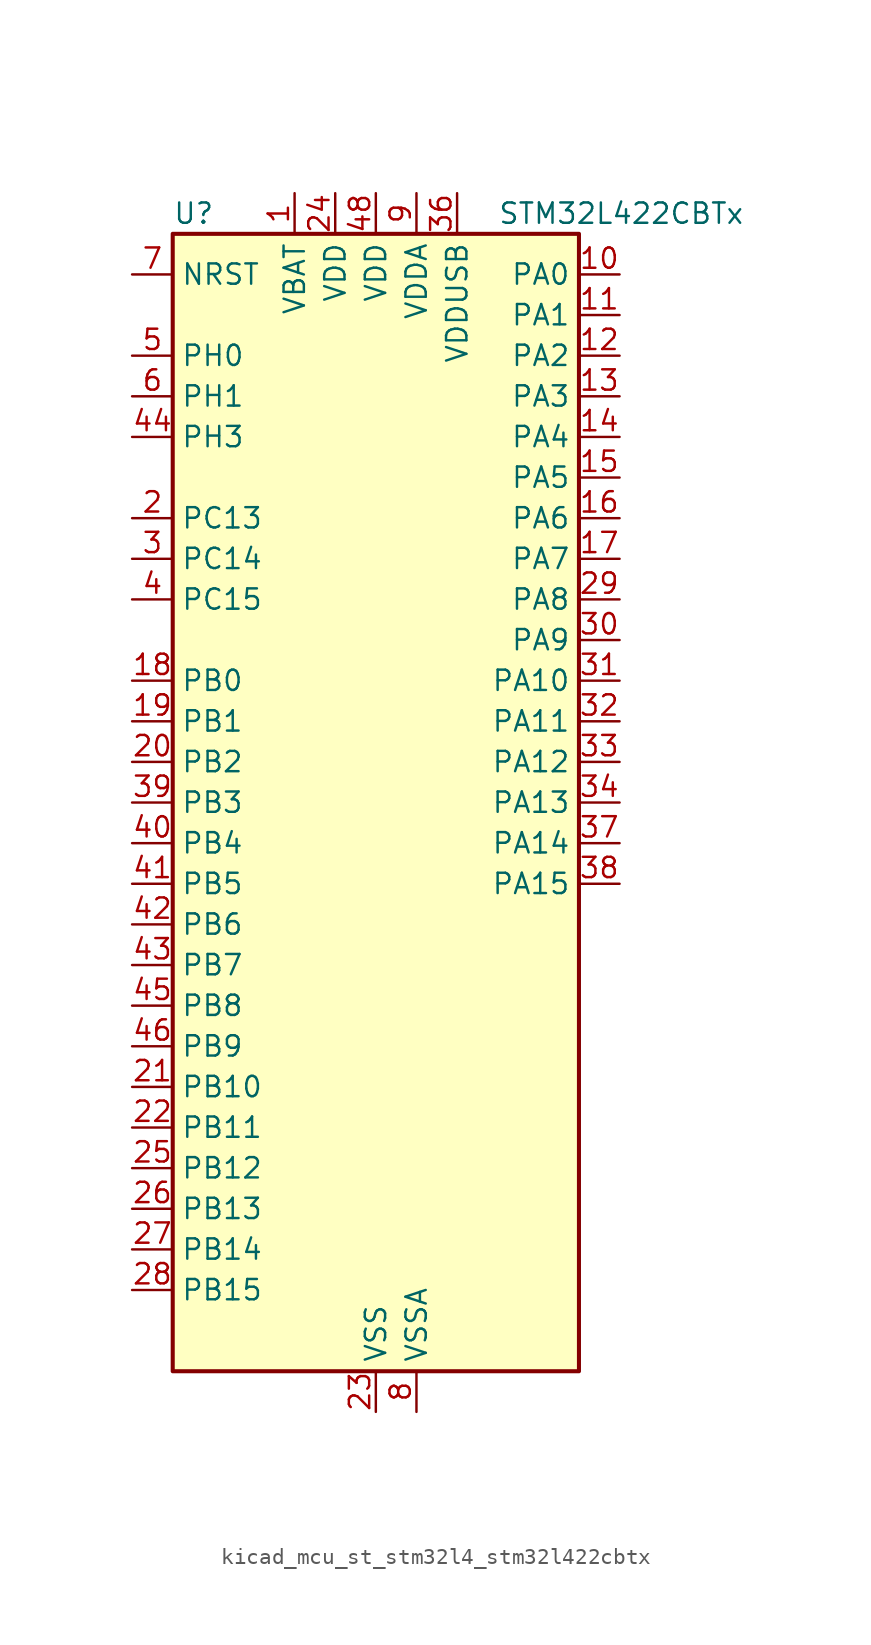
<source format=kicad_sym>
(kicad_symbol_lib
  (version 20220914)
  (generator kicad_symbol_editor)
  (symbol "kicad_mcu_st_stm32l4_stm32l422cbtx"
    (property "Reference" "U"
      (at -12.7 36.83 0)
      (effects (font (size 1.27 1.27)) (justify left)))
    (property "Value" "STM32L422CBTx"
      (at 7.62 36.83 0)
      (effects (font (size 1.27 1.27)) (justify left)))
    (property "ki_locked" ""
      (at 0 0 0)
      (effects (font (size 1.27 1.27))))
    (symbol "kicad_mcu_st_stm32l4_stm32l422cbtx_0_1"
      (rectangle (start -12.7 -35.56) (end 12.7 35.56) (stroke (width 0.254) (type default)) (fill (type background))))
    (symbol "kicad_mcu_st_stm32l4_stm32l422cbtx_1_1"
      (pin power_in line (at -5.08 38.1 270) (length 2.54) (name "VBAT" (effects (font (size 1.27 1.27)))) (number "1" (effects (font (size 1.27 1.27)))))
      (pin bidirectional line (at 15.24 33.02 180) (length 2.54) (name "PA0" (effects (font (size 1.27 1.27)))) (number "10" (effects (font (size 1.27 1.27)))) (alternate "ADC1_IN5" bidirectional line) (alternate "COMP1_INM" bidirectional line) (alternate "COMP1_OUT" bidirectional line) (alternate "OPAMP1_VINP" bidirectional line) (alternate "RTC_TAMP2" bidirectional line) (alternate "SYS_WKUP1" bidirectional line) (alternate "TIM2_CH1" bidirectional line) (alternate "TIM2_ETR" bidirectional line) (alternate "USART2_CTS" bidirectional line))
      (pin bidirectional line (at 15.24 30.48 180) (length 2.54) (name "PA1" (effects (font (size 1.27 1.27)))) (number "11" (effects (font (size 1.27 1.27)))) (alternate "ADC1_IN6" bidirectional line) (alternate "COMP1_INP" bidirectional line) (alternate "I2C1_SMBA" bidirectional line) (alternate "OPAMP1_VINM" bidirectional line) (alternate "SPI1_SCK" bidirectional line) (alternate "TIM15_CH1N" bidirectional line) (alternate "TIM2_CH2" bidirectional line) (alternate "USART2_DE" bidirectional line) (alternate "USART2_RTS" bidirectional line))
      (pin bidirectional line (at 15.24 27.94 180) (length 2.54) (name "PA2" (effects (font (size 1.27 1.27)))) (number "12" (effects (font (size 1.27 1.27)))) (alternate "ADC1_IN7" bidirectional line) (alternate "ADC2_IN7" bidirectional line) (alternate "LPUART1_TX" bidirectional line) (alternate "QUADSPI_BK1_NCS" bidirectional line) (alternate "RCC_LSCO" bidirectional line) (alternate "SYS_WKUP4" bidirectional line) (alternate "TIM15_CH1" bidirectional line) (alternate "TIM2_CH3" bidirectional line) (alternate "USART2_TX" bidirectional line))
      (pin bidirectional line (at 15.24 25.4 180) (length 2.54) (name "PA3" (effects (font (size 1.27 1.27)))) (number "13" (effects (font (size 1.27 1.27)))) (alternate "ADC1_IN8" bidirectional line) (alternate "ADC2_IN8" bidirectional line) (alternate "LPUART1_RX" bidirectional line) (alternate "OPAMP1_VOUT" bidirectional line) (alternate "QUADSPI_CLK" bidirectional line) (alternate "TIM15_CH2" bidirectional line) (alternate "TIM2_CH4" bidirectional line) (alternate "USART2_RX" bidirectional line))
      (pin bidirectional line (at 15.24 22.86 180) (length 2.54) (name "PA4" (effects (font (size 1.27 1.27)))) (number "14" (effects (font (size 1.27 1.27)))) (alternate "ADC1_IN9" bidirectional line) (alternate "ADC2_IN9" bidirectional line) (alternate "COMP1_INM" bidirectional line) (alternate "LPTIM2_OUT" bidirectional line) (alternate "SPI1_NSS" bidirectional line) (alternate "USART2_CK" bidirectional line))
      (pin bidirectional line (at 15.24 20.32 180) (length 2.54) (name "PA5" (effects (font (size 1.27 1.27)))) (number "15" (effects (font (size 1.27 1.27)))) (alternate "ADC1_IN10" bidirectional line) (alternate "ADC2_IN10" bidirectional line) (alternate "COMP1_INM" bidirectional line) (alternate "LPTIM2_ETR" bidirectional line) (alternate "SPI1_SCK" bidirectional line) (alternate "TIM2_CH1" bidirectional line) (alternate "TIM2_ETR" bidirectional line))
      (pin bidirectional line (at 15.24 17.78 180) (length 2.54) (name "PA6" (effects (font (size 1.27 1.27)))) (number "16" (effects (font (size 1.27 1.27)))) (alternate "ADC1_IN11" bidirectional line) (alternate "ADC2_IN11" bidirectional line) (alternate "COMP1_OUT" bidirectional line) (alternate "LPUART1_CTS" bidirectional line) (alternate "QUADSPI_BK1_IO3" bidirectional line) (alternate "SPI1_MISO" bidirectional line) (alternate "TIM16_CH1" bidirectional line) (alternate "TIM1_BKIN" bidirectional line) (alternate "USART3_CTS" bidirectional line))
      (pin bidirectional line (at 15.24 15.24 180) (length 2.54) (name "PA7" (effects (font (size 1.27 1.27)))) (number "17" (effects (font (size 1.27 1.27)))) (alternate "ADC1_IN12" bidirectional line) (alternate "ADC2_IN12" bidirectional line) (alternate "I2C3_SCL" bidirectional line) (alternate "QUADSPI_BK1_IO2" bidirectional line) (alternate "SPI1_MOSI" bidirectional line) (alternate "TIM1_CH1N" bidirectional line))
      (pin bidirectional line (at -15.24 7.62 0) (length 2.54) (name "PB0" (effects (font (size 1.27 1.27)))) (number "18" (effects (font (size 1.27 1.27)))) (alternate "ADC1_IN15" bidirectional line) (alternate "ADC2_IN15" bidirectional line) (alternate "COMP1_OUT" bidirectional line) (alternate "QUADSPI_BK1_IO1" bidirectional line) (alternate "SPI1_NSS" bidirectional line) (alternate "SYS_TRACED0" bidirectional line) (alternate "TIM1_CH2N" bidirectional line) (alternate "USART3_CK" bidirectional line))
      (pin bidirectional line (at -15.24 5.08 0) (length 2.54) (name "PB1" (effects (font (size 1.27 1.27)))) (number "19" (effects (font (size 1.27 1.27)))) (alternate "ADC1_IN16" bidirectional line) (alternate "ADC2_IN16" bidirectional line) (alternate "COMP1_INM" bidirectional line) (alternate "LPTIM2_IN1" bidirectional line) (alternate "LPUART1_DE" bidirectional line) (alternate "LPUART1_RTS" bidirectional line) (alternate "QUADSPI_BK1_IO0" bidirectional line) (alternate "SYS_TRACED1" bidirectional line) (alternate "TIM1_CH3N" bidirectional line) (alternate "USART3_DE" bidirectional line) (alternate "USART3_RTS" bidirectional line))
      (pin bidirectional line (at -15.24 17.78 0) (length 2.54) (name "PC13" (effects (font (size 1.27 1.27)))) (number "2" (effects (font (size 1.27 1.27)))) (alternate "RTC_OUT_ALARM" bidirectional line) (alternate "RTC_OUT_CALIB" bidirectional line) (alternate "RTC_TAMP1" bidirectional line) (alternate "RTC_TS" bidirectional line) (alternate "SYS_WKUP2" bidirectional line))
      (pin bidirectional line (at -15.24 2.54 0) (length 2.54) (name "PB2" (effects (font (size 1.27 1.27)))) (number "20" (effects (font (size 1.27 1.27)))) (alternate "COMP1_INP" bidirectional line) (alternate "I2C3_SMBA" bidirectional line) (alternate "LPTIM1_OUT" bidirectional line) (alternate "RTC_OUT_ALARM" bidirectional line) (alternate "RTC_OUT_CALIB" bidirectional line))
      (pin bidirectional line (at -15.24 -17.78 0) (length 2.54) (name "PB10" (effects (font (size 1.27 1.27)))) (number "21" (effects (font (size 1.27 1.27)))) (alternate "COMP1_OUT" bidirectional line) (alternate "I2C2_SCL" bidirectional line) (alternate "LPUART1_RX" bidirectional line) (alternate "QUADSPI_CLK" bidirectional line) (alternate "SPI2_SCK" bidirectional line) (alternate "TIM2_CH3" bidirectional line) (alternate "TSC_SYNC" bidirectional line) (alternate "USART3_TX" bidirectional line))
      (pin bidirectional line (at -15.24 -20.32 0) (length 2.54) (name "PB11" (effects (font (size 1.27 1.27)))) (number "22" (effects (font (size 1.27 1.27)))) (alternate "ADC1_EXTI11" bidirectional line) (alternate "ADC2_EXTI11" bidirectional line) (alternate "I2C2_SDA" bidirectional line) (alternate "LPUART1_TX" bidirectional line) (alternate "QUADSPI_BK1_NCS" bidirectional line) (alternate "TIM2_CH4" bidirectional line) (alternate "USART3_RX" bidirectional line))
      (pin power_in line (at 0 -38.1 90) (length 2.54) (name "VSS" (effects (font (size 1.27 1.27)))) (number "23" (effects (font (size 1.27 1.27)))))
      (pin power_in line (at -2.54 38.1 270) (length 2.54) (name "VDD" (effects (font (size 1.27 1.27)))) (number "24" (effects (font (size 1.27 1.27)))))
      (pin bidirectional line (at -15.24 -22.86 0) (length 2.54) (name "PB12" (effects (font (size 1.27 1.27)))) (number "25" (effects (font (size 1.27 1.27)))) (alternate "I2C2_SMBA" bidirectional line) (alternate "LPUART1_DE" bidirectional line) (alternate "LPUART1_RTS" bidirectional line) (alternate "SPI2_NSS" bidirectional line) (alternate "TIM15_BKIN" bidirectional line) (alternate "TIM1_BKIN" bidirectional line) (alternate "TSC_G1_IO1" bidirectional line) (alternate "USART3_CK" bidirectional line))
      (pin bidirectional line (at -15.24 -25.4 0) (length 2.54) (name "PB13" (effects (font (size 1.27 1.27)))) (number "26" (effects (font (size 1.27 1.27)))) (alternate "I2C2_SCL" bidirectional line) (alternate "LPUART1_CTS" bidirectional line) (alternate "SPI2_SCK" bidirectional line) (alternate "TIM15_CH1N" bidirectional line) (alternate "TIM1_CH1N" bidirectional line) (alternate "TSC_G1_IO2" bidirectional line) (alternate "USART3_CTS" bidirectional line))
      (pin bidirectional line (at -15.24 -27.94 0) (length 2.54) (name "PB14" (effects (font (size 1.27 1.27)))) (number "27" (effects (font (size 1.27 1.27)))) (alternate "I2C2_SDA" bidirectional line) (alternate "SPI2_MISO" bidirectional line) (alternate "TIM15_CH1" bidirectional line) (alternate "TIM1_CH2N" bidirectional line) (alternate "TSC_G1_IO3" bidirectional line) (alternate "USART3_DE" bidirectional line) (alternate "USART3_RTS" bidirectional line))
      (pin bidirectional line (at -15.24 -30.48 0) (length 2.54) (name "PB15" (effects (font (size 1.27 1.27)))) (number "28" (effects (font (size 1.27 1.27)))) (alternate "ADC1_EXTI15" bidirectional line) (alternate "ADC2_EXTI15" bidirectional line) (alternate "RTC_REFIN" bidirectional line) (alternate "SPI2_MOSI" bidirectional line) (alternate "TIM15_CH2" bidirectional line) (alternate "TIM1_CH3N" bidirectional line) (alternate "TSC_G1_IO4" bidirectional line))
      (pin bidirectional line (at 15.24 12.7 180) (length 2.54) (name "PA8" (effects (font (size 1.27 1.27)))) (number "29" (effects (font (size 1.27 1.27)))) (alternate "LPTIM2_OUT" bidirectional line) (alternate "RCC_MCO" bidirectional line) (alternate "TIM1_CH1" bidirectional line) (alternate "USART1_CK" bidirectional line))
      (pin bidirectional line (at -15.24 15.24 0) (length 2.54) (name "PC14" (effects (font (size 1.27 1.27)))) (number "3" (effects (font (size 1.27 1.27)))) (alternate "RCC_OSC32_IN" bidirectional line))
      (pin bidirectional line (at 15.24 10.16 180) (length 2.54) (name "PA9" (effects (font (size 1.27 1.27)))) (number "30" (effects (font (size 1.27 1.27)))) (alternate "I2C1_SCL" bidirectional line) (alternate "TIM15_BKIN" bidirectional line) (alternate "TIM1_CH2" bidirectional line) (alternate "USART1_TX" bidirectional line))
      (pin bidirectional line (at 15.24 7.62 180) (length 2.54) (name "PA10" (effects (font (size 1.27 1.27)))) (number "31" (effects (font (size 1.27 1.27)))) (alternate "CRS_SYNC" bidirectional line) (alternate "I2C1_SDA" bidirectional line) (alternate "TIM1_CH3" bidirectional line) (alternate "USART1_RX" bidirectional line))
      (pin bidirectional line (at 15.24 5.08 180) (length 2.54) (name "PA11" (effects (font (size 1.27 1.27)))) (number "32" (effects (font (size 1.27 1.27)))) (alternate "ADC1_EXTI11" bidirectional line) (alternate "ADC2_EXTI11" bidirectional line) (alternate "COMP1_OUT" bidirectional line) (alternate "SPI1_MISO" bidirectional line) (alternate "TIM1_BKIN2" bidirectional line) (alternate "TIM1_BKIN2_COMP1" bidirectional line) (alternate "TIM1_CH4" bidirectional line) (alternate "USART1_CTS" bidirectional line) (alternate "USB_DM" bidirectional line))
      (pin bidirectional line (at 15.24 2.54 180) (length 2.54) (name "PA12" (effects (font (size 1.27 1.27)))) (number "33" (effects (font (size 1.27 1.27)))) (alternate "SPI1_MOSI" bidirectional line) (alternate "TIM1_ETR" bidirectional line) (alternate "USART1_DE" bidirectional line) (alternate "USART1_RTS" bidirectional line) (alternate "USB_DP" bidirectional line))
      (pin bidirectional line (at 15.24 0 180) (length 2.54) (name "PA13" (effects (font (size 1.27 1.27)))) (number "34" (effects (font (size 1.27 1.27)))) (alternate "IR_OUT" bidirectional line) (alternate "SYS_JTMS-SWDIO" bidirectional line) (alternate "USB_NOE" bidirectional line))
      (pin passive line (at 0 -38.1 90) (length 2.54) hide (name "VSS" (effects (font (size 1.27 1.27)))) (number "35" (effects (font (size 1.27 1.27)))))
      (pin power_in line (at 5.08 38.1 270) (length 2.54) (name "VDDUSB" (effects (font (size 1.27 1.27)))) (number "36" (effects (font (size 1.27 1.27)))))
      (pin bidirectional line (at 15.24 -2.54 180) (length 2.54) (name "PA14" (effects (font (size 1.27 1.27)))) (number "37" (effects (font (size 1.27 1.27)))) (alternate "I2C1_SMBA" bidirectional line) (alternate "LPTIM1_OUT" bidirectional line) (alternate "SYS_JTCK-SWCLK" bidirectional line))
      (pin bidirectional line (at 15.24 -5.08 180) (length 2.54) (name "PA15" (effects (font (size 1.27 1.27)))) (number "38" (effects (font (size 1.27 1.27)))) (alternate "ADC1_EXTI15" bidirectional line) (alternate "ADC2_EXTI15" bidirectional line) (alternate "SPI1_NSS" bidirectional line) (alternate "SYS_JTDI" bidirectional line) (alternate "TIM2_CH1" bidirectional line) (alternate "TIM2_ETR" bidirectional line) (alternate "USART2_RX" bidirectional line) (alternate "USART3_DE" bidirectional line) (alternate "USART3_RTS" bidirectional line))
      (pin bidirectional line (at -15.24 0 0) (length 2.54) (name "PB3" (effects (font (size 1.27 1.27)))) (number "39" (effects (font (size 1.27 1.27)))) (alternate "SPI1_SCK" bidirectional line) (alternate "SYS_JTDO-SWO" bidirectional line) (alternate "TIM2_CH2" bidirectional line) (alternate "USART1_DE" bidirectional line) (alternate "USART1_RTS" bidirectional line))
      (pin bidirectional line (at -15.24 12.7 0) (length 2.54) (name "PC15" (effects (font (size 1.27 1.27)))) (number "4" (effects (font (size 1.27 1.27)))) (alternate "ADC1_EXTI15" bidirectional line) (alternate "ADC2_EXTI15" bidirectional line) (alternate "RCC_OSC32_OUT" bidirectional line))
      (pin bidirectional line (at -15.24 -2.54 0) (length 2.54) (name "PB4" (effects (font (size 1.27 1.27)))) (number "40" (effects (font (size 1.27 1.27)))) (alternate "I2C3_SDA" bidirectional line) (alternate "SPI1_MISO" bidirectional line) (alternate "SYS_JTRST" bidirectional line) (alternate "TSC_G2_IO1" bidirectional line) (alternate "USART1_CTS" bidirectional line))
      (pin bidirectional line (at -15.24 -5.08 0) (length 2.54) (name "PB5" (effects (font (size 1.27 1.27)))) (number "41" (effects (font (size 1.27 1.27)))) (alternate "I2C1_SMBA" bidirectional line) (alternate "LPTIM1_IN1" bidirectional line) (alternate "SPI1_MOSI" bidirectional line) (alternate "SYS_TRACED2" bidirectional line) (alternate "TIM16_BKIN" bidirectional line) (alternate "TSC_G2_IO2" bidirectional line) (alternate "USART1_CK" bidirectional line))
      (pin bidirectional line (at -15.24 -7.62 0) (length 2.54) (name "PB6" (effects (font (size 1.27 1.27)))) (number "42" (effects (font (size 1.27 1.27)))) (alternate "I2C1_SCL" bidirectional line) (alternate "LPTIM1_ETR" bidirectional line) (alternate "SYS_TRACED3" bidirectional line) (alternate "TIM16_CH1N" bidirectional line) (alternate "TSC_G2_IO3" bidirectional line) (alternate "USART1_TX" bidirectional line))
      (pin bidirectional line (at -15.24 -10.16 0) (length 2.54) (name "PB7" (effects (font (size 1.27 1.27)))) (number "43" (effects (font (size 1.27 1.27)))) (alternate "I2C1_SDA" bidirectional line) (alternate "LPTIM1_IN2" bidirectional line) (alternate "SYS_PVD_IN" bidirectional line) (alternate "SYS_TRACECLK" bidirectional line) (alternate "TSC_G2_IO4" bidirectional line) (alternate "USART1_RX" bidirectional line))
      (pin bidirectional line (at -15.24 22.86 0) (length 2.54) (name "PH3" (effects (font (size 1.27 1.27)))) (number "44" (effects (font (size 1.27 1.27)))))
      (pin bidirectional line (at -15.24 -12.7 0) (length 2.54) (name "PB8" (effects (font (size 1.27 1.27)))) (number "45" (effects (font (size 1.27 1.27)))) (alternate "I2C1_SCL" bidirectional line) (alternate "TIM16_CH1" bidirectional line))
      (pin bidirectional line (at -15.24 -15.24 0) (length 2.54) (name "PB9" (effects (font (size 1.27 1.27)))) (number "46" (effects (font (size 1.27 1.27)))) (alternate "I2C1_SDA" bidirectional line) (alternate "IR_OUT" bidirectional line) (alternate "SPI2_NSS" bidirectional line))
      (pin passive line (at 0 -38.1 90) (length 2.54) hide (name "VSS" (effects (font (size 1.27 1.27)))) (number "47" (effects (font (size 1.27 1.27)))))
      (pin power_in line (at 0 38.1 270) (length 2.54) (name "VDD" (effects (font (size 1.27 1.27)))) (number "48" (effects (font (size 1.27 1.27)))))
      (pin bidirectional line (at -15.24 27.94 0) (length 2.54) (name "PH0" (effects (font (size 1.27 1.27)))) (number "5" (effects (font (size 1.27 1.27)))) (alternate "RCC_OSC_IN" bidirectional line))
      (pin bidirectional line (at -15.24 25.4 0) (length 2.54) (name "PH1" (effects (font (size 1.27 1.27)))) (number "6" (effects (font (size 1.27 1.27)))) (alternate "RCC_OSC_OUT" bidirectional line))
      (pin input line (at -15.24 33.02 0) (length 2.54) (name "NRST" (effects (font (size 1.27 1.27)))) (number "7" (effects (font (size 1.27 1.27)))))
      (pin power_in line (at 2.54 -38.1 90) (length 2.54) (name "VSSA" (effects (font (size 1.27 1.27)))) (number "8" (effects (font (size 1.27 1.27)))))
      (pin power_in line (at 2.54 38.1 270) (length 2.54) (name "VDDA" (effects (font (size 1.27 1.27)))) (number "9" (effects (font (size 1.27 1.27))))))))
</source>
